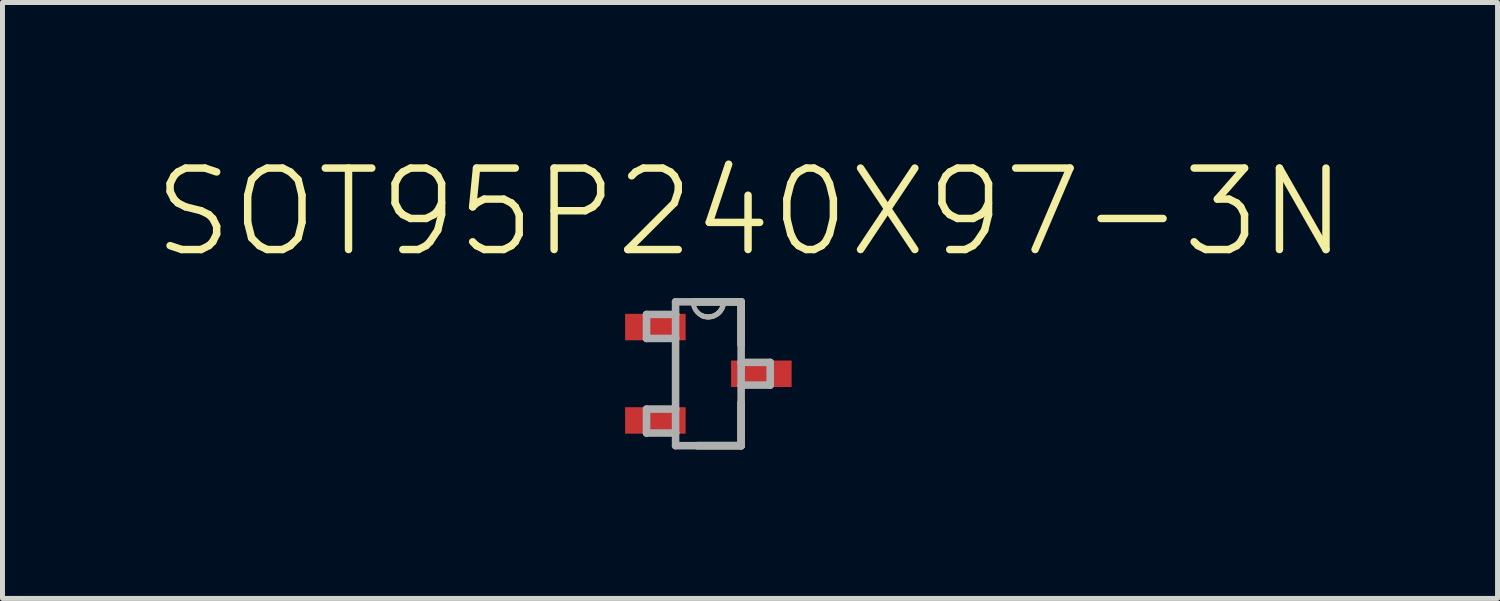
<source format=kicad_pcb>
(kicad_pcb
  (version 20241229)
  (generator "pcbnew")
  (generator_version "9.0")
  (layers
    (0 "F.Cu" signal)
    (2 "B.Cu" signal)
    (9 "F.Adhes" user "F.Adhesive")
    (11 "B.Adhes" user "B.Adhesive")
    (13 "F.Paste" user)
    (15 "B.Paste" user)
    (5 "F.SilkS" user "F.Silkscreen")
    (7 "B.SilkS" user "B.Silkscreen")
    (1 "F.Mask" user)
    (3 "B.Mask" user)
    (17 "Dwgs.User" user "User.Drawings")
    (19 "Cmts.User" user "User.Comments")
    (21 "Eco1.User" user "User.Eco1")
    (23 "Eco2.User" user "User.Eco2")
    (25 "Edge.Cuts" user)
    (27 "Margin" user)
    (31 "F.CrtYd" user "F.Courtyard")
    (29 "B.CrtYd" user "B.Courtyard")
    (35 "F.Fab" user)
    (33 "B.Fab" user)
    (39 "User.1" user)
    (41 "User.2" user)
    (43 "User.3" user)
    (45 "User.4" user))
  (footprint "SOT95P240X97-3N"
    (layer "F.Cu")
    (at 11.212 4.475)
    (property "Reference" "SOT95P240X97-3N" (at 0.838 -3.252 0) (layer "F.SilkS") (effects (font (size 1.64 1.64) (thickness 0.15))))
    (attr smd)
    (fp_line (start -0.229 1.448) (end 0.66 1.448) (stroke (width 0.152) (type solid)) (layer "F.SilkS"))
    (fp_line (start 0.305 -1.448) (end -0.229 -1.448) (stroke (width 0.152) (type solid)) (layer "F.SilkS"))
    (fp_line (start 0.66 -1.448) (end 0.305 -1.448) (stroke (width 0.152) (type solid)) (layer "F.SilkS"))
    (fp_line (start 0.66 -0.584) (end 0.66 -1.448) (stroke (width 0.152) (type solid)) (layer "F.SilkS"))
    (fp_line (start 0.66 1.448) (end 0.66 0.584) (stroke (width 0.152) (type solid)) (layer "F.SilkS"))
    (fp_arc (start 0.304799 -1.4478) (mid 0.163179 -1.193304) (end -0.127 -1.1684) (stroke (width 0.1) (type solid)) (layer "F.SilkS"))
    (fp_line (start -1.245 -1.194) (end -1.245 -0.711) (stroke (width 0.152) (type solid)) (layer "F.Fab"))
    (fp_line (start -1.245 -0.711) (end -0.66 -0.711) (stroke (width 0.152) (type solid)) (layer "F.Fab"))
    (fp_line (start -1.245 0.711) (end -1.245 1.194) (stroke (width 0.152) (type solid)) (layer "F.Fab"))
    (fp_line (start -1.245 1.194) (end -0.66 1.194) (stroke (width 0.152) (type solid)) (layer "F.Fab"))
    (fp_line (start -0.66 -1.448) (end -0.66 -1.194) (stroke (width 0.152) (type solid)) (layer "F.Fab"))
    (fp_line (start -0.66 -1.194) (end -1.245 -1.194) (stroke (width 0.152) (type solid)) (layer "F.Fab"))
    (fp_line (start -0.66 -1.194) (end -0.66 -0.711) (stroke (width 0.152) (type solid)) (layer "F.Fab"))
    (fp_line (start -0.66 -0.711) (end -0.66 0.711) (stroke (width 0.152) (type solid)) (layer "F.Fab"))
    (fp_line (start -0.66 0.711) (end -1.245 0.711) (stroke (width 0.152) (type solid)) (layer "F.Fab"))
    (fp_line (start -0.66 1.194) (end -0.66 0.711) (stroke (width 0.152) (type solid)) (layer "F.Fab"))
    (fp_line (start -0.66 1.448) (end -0.66 1.194) (stroke (width 0.152) (type solid)) (layer "F.Fab"))
    (fp_line (start -0.66 1.448) (end 0.66 1.448) (stroke (width 0.152) (type solid)) (layer "F.Fab"))
    (fp_line (start -0.305 -1.448) (end -0.66 -1.448) (stroke (width 0.152) (type solid)) (layer "F.Fab"))
    (fp_line (start 0.305 -1.448) (end -0.305 -1.448) (stroke (width 0.152) (type solid)) (layer "F.Fab"))
    (fp_line (start 0.66 -1.448) (end 0.305 -1.448) (stroke (width 0.152) (type solid)) (layer "F.Fab"))
    (fp_line (start 0.66 -0.229) (end 0.66 -1.448) (stroke (width 0.152) (type solid)) (layer "F.Fab"))
    (fp_line (start 0.66 0.229) (end 0.66 -0.229) (stroke (width 0.152) (type solid)) (layer "F.Fab"))
    (fp_line (start 0.66 0.229) (end 1.245 0.229) (stroke (width 0.152) (type solid)) (layer "F.Fab"))
    (fp_line (start 0.66 1.448) (end 0.66 0.229) (stroke (width 0.152) (type solid)) (layer "F.Fab"))
    (fp_line (start 1.245 -0.229) (end 0.66 -0.229) (stroke (width 0.152) (type solid)) (layer "F.Fab"))
    (fp_line (start 1.245 0.229) (end 1.245 -0.229) (stroke (width 0.152) (type solid)) (layer "F.Fab"))
    (fp_arc (start 0.3048 -1.4478) (mid 0 -1.143) (end -0.3048 -1.4478) (stroke (width 0.1) (type solid)) (layer "F.Fab"))
    (pad "1" smd rect (at -1.067 -0.94) (size 1.219 0.533) (layers "F.Cu" "F.Mask" "F.Paste"))
    (pad "2" smd rect (at -1.067 0.94) (size 1.219 0.533) (layers "F.Cu" "F.Mask" "F.Paste"))
    (pad "3" smd rect (at 1.067 0) (size 1.219 0.533) (layers "F.Cu" "F.Mask" "F.Paste")))
  (gr_rect
    (start -3 -3)
    (end 27.101 8.999)
    (stroke (width 0.1) (type default))
    (fill no)
    (layer "Edge.Cuts")))
</source>
